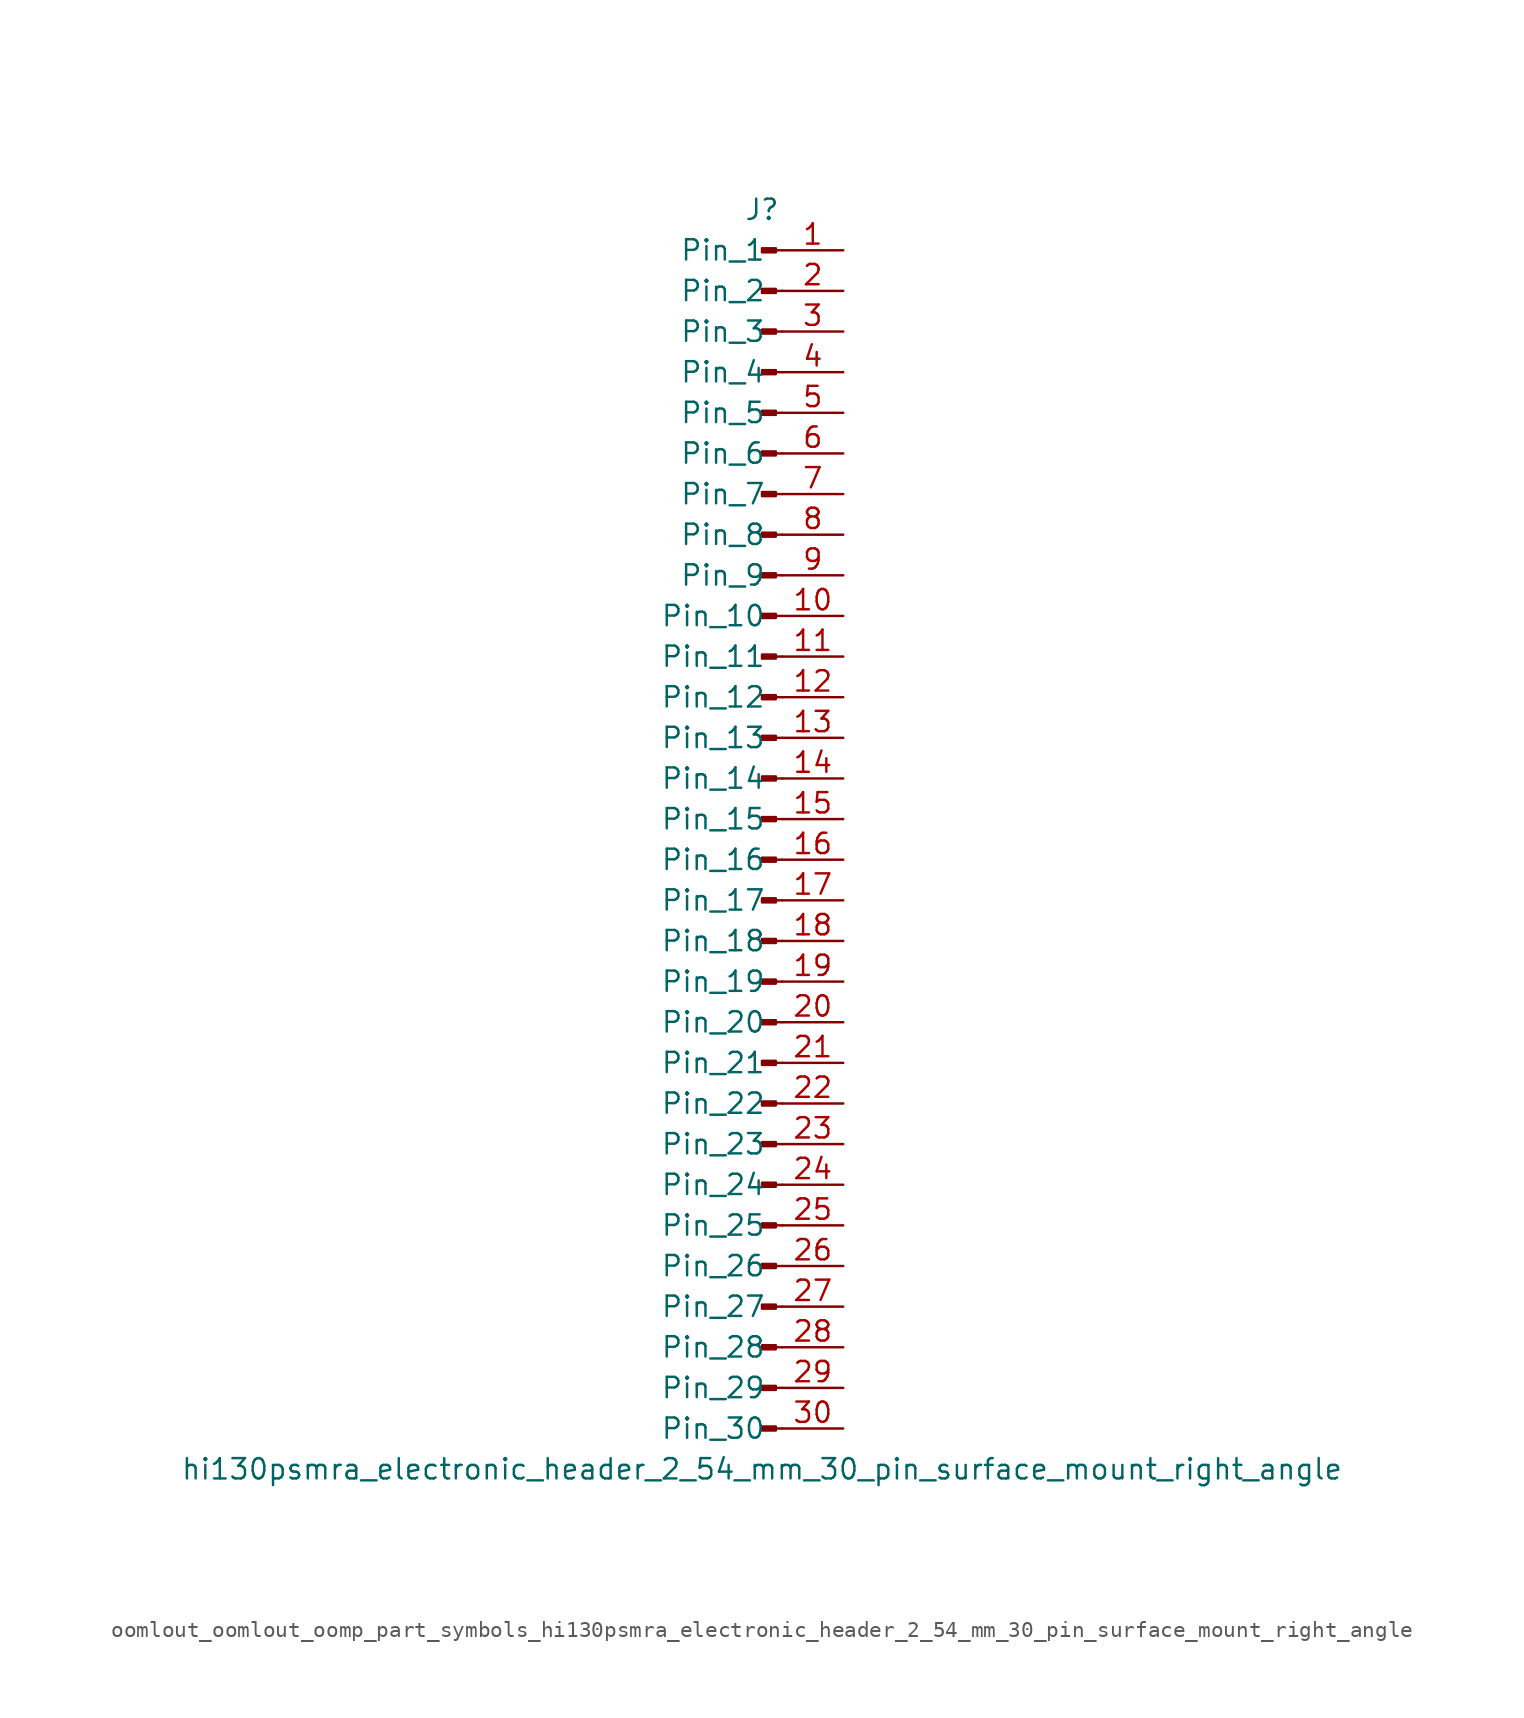
<source format=kicad_sym>
(kicad_symbol_lib
  (version 20220914)
  (generator kicad_symbol_editor)
  (symbol "oomlout_oomlout_oomp_part_symbols_hi130psmra_electronic_header_2_54_mm_30_pin_surface_mount_right_angle"
    (pin_names
      (offset 1.016))
    (property "Reference" "J"
      (at 0 38.1 0)
      (effects (font (size 1.27 1.27))))
    (property "Value" "hi130psmra_electronic_header_2_54_mm_30_pin_surface_mount_right_angle"
      (at 0 -40.64 0)
      (effects (font (size 1.27 1.27))))
    (property "ki_locked" ""
      (at 0 0 0)
      (effects (font (size 1.27 1.27))))
    (symbol "oomlout_oomlout_oomp_part_symbols_hi130psmra_electronic_header_2_54_mm_30_pin_surface_mount_right_angle_1_1"
      (polyline (pts (xy 1.27 -38.1) (xy 0.864 -38.1)) (stroke (width 0.152) (type default)) (fill (type none)))
      (polyline (pts (xy 1.27 -35.56) (xy 0.864 -35.56)) (stroke (width 0.152) (type default)) (fill (type none)))
      (polyline (pts (xy 1.27 -33.02) (xy 0.864 -33.02)) (stroke (width 0.152) (type default)) (fill (type none)))
      (polyline (pts (xy 1.27 -30.48) (xy 0.864 -30.48)) (stroke (width 0.152) (type default)) (fill (type none)))
      (polyline (pts (xy 1.27 -27.94) (xy 0.864 -27.94)) (stroke (width 0.152) (type default)) (fill (type none)))
      (polyline (pts (xy 1.27 -25.4) (xy 0.864 -25.4)) (stroke (width 0.152) (type default)) (fill (type none)))
      (polyline (pts (xy 1.27 -22.86) (xy 0.864 -22.86)) (stroke (width 0.152) (type default)) (fill (type none)))
      (polyline (pts (xy 1.27 -20.32) (xy 0.864 -20.32)) (stroke (width 0.152) (type default)) (fill (type none)))
      (polyline (pts (xy 1.27 -17.78) (xy 0.864 -17.78)) (stroke (width 0.152) (type default)) (fill (type none)))
      (polyline (pts (xy 1.27 -15.24) (xy 0.864 -15.24)) (stroke (width 0.152) (type default)) (fill (type none)))
      (polyline (pts (xy 1.27 -12.7) (xy 0.864 -12.7)) (stroke (width 0.152) (type default)) (fill (type none)))
      (polyline (pts (xy 1.27 -10.16) (xy 0.864 -10.16)) (stroke (width 0.152) (type default)) (fill (type none)))
      (polyline (pts (xy 1.27 -7.62) (xy 0.864 -7.62)) (stroke (width 0.152) (type default)) (fill (type none)))
      (polyline (pts (xy 1.27 -5.08) (xy 0.864 -5.08)) (stroke (width 0.152) (type default)) (fill (type none)))
      (polyline (pts (xy 1.27 -2.54) (xy 0.864 -2.54)) (stroke (width 0.152) (type default)) (fill (type none)))
      (polyline (pts (xy 1.27 0) (xy 0.864 0)) (stroke (width 0.152) (type default)) (fill (type none)))
      (polyline (pts (xy 1.27 2.54) (xy 0.864 2.54)) (stroke (width 0.152) (type default)) (fill (type none)))
      (polyline (pts (xy 1.27 5.08) (xy 0.864 5.08)) (stroke (width 0.152) (type default)) (fill (type none)))
      (polyline (pts (xy 1.27 7.62) (xy 0.864 7.62)) (stroke (width 0.152) (type default)) (fill (type none)))
      (polyline (pts (xy 1.27 10.16) (xy 0.864 10.16)) (stroke (width 0.152) (type default)) (fill (type none)))
      (polyline (pts (xy 1.27 12.7) (xy 0.864 12.7)) (stroke (width 0.152) (type default)) (fill (type none)))
      (polyline (pts (xy 1.27 15.24) (xy 0.864 15.24)) (stroke (width 0.152) (type default)) (fill (type none)))
      (polyline (pts (xy 1.27 17.78) (xy 0.864 17.78)) (stroke (width 0.152) (type default)) (fill (type none)))
      (polyline (pts (xy 1.27 20.32) (xy 0.864 20.32)) (stroke (width 0.152) (type default)) (fill (type none)))
      (polyline (pts (xy 1.27 22.86) (xy 0.864 22.86)) (stroke (width 0.152) (type default)) (fill (type none)))
      (polyline (pts (xy 1.27 25.4) (xy 0.864 25.4)) (stroke (width 0.152) (type default)) (fill (type none)))
      (polyline (pts (xy 1.27 27.94) (xy 0.864 27.94)) (stroke (width 0.152) (type default)) (fill (type none)))
      (polyline (pts (xy 1.27 30.48) (xy 0.864 30.48)) (stroke (width 0.152) (type default)) (fill (type none)))
      (polyline (pts (xy 1.27 33.02) (xy 0.864 33.02)) (stroke (width 0.152) (type default)) (fill (type none)))
      (polyline (pts (xy 1.27 35.56) (xy 0.864 35.56)) (stroke (width 0.152) (type default)) (fill (type none)))
      (rectangle (start 0.864 -37.973) (end 0 -38.227) (stroke (width 0.152) (type default)) (fill (type outline)))
      (rectangle (start 0.864 -35.433) (end 0 -35.687) (stroke (width 0.152) (type default)) (fill (type outline)))
      (rectangle (start 0.864 -32.893) (end 0 -33.147) (stroke (width 0.152) (type default)) (fill (type outline)))
      (rectangle (start 0.864 -30.353) (end 0 -30.607) (stroke (width 0.152) (type default)) (fill (type outline)))
      (rectangle (start 0.864 -27.813) (end 0 -28.067) (stroke (width 0.152) (type default)) (fill (type outline)))
      (rectangle (start 0.864 -25.273) (end 0 -25.527) (stroke (width 0.152) (type default)) (fill (type outline)))
      (rectangle (start 0.864 -22.733) (end 0 -22.987) (stroke (width 0.152) (type default)) (fill (type outline)))
      (rectangle (start 0.864 -20.193) (end 0 -20.447) (stroke (width 0.152) (type default)) (fill (type outline)))
      (rectangle (start 0.864 -17.653) (end 0 -17.907) (stroke (width 0.152) (type default)) (fill (type outline)))
      (rectangle (start 0.864 -15.113) (end 0 -15.367) (stroke (width 0.152) (type default)) (fill (type outline)))
      (rectangle (start 0.864 -12.573) (end 0 -12.827) (stroke (width 0.152) (type default)) (fill (type outline)))
      (rectangle (start 0.864 -10.033) (end 0 -10.287) (stroke (width 0.152) (type default)) (fill (type outline)))
      (rectangle (start 0.864 -7.493) (end 0 -7.747) (stroke (width 0.152) (type default)) (fill (type outline)))
      (rectangle (start 0.864 -4.953) (end 0 -5.207) (stroke (width 0.152) (type default)) (fill (type outline)))
      (rectangle (start 0.864 -2.413) (end 0 -2.667) (stroke (width 0.152) (type default)) (fill (type outline)))
      (rectangle (start 0.864 0.127) (end 0 -0.127) (stroke (width 0.152) (type default)) (fill (type outline)))
      (rectangle (start 0.864 2.667) (end 0 2.413) (stroke (width 0.152) (type default)) (fill (type outline)))
      (rectangle (start 0.864 5.207) (end 0 4.953) (stroke (width 0.152) (type default)) (fill (type outline)))
      (rectangle (start 0.864 7.747) (end 0 7.493) (stroke (width 0.152) (type default)) (fill (type outline)))
      (rectangle (start 0.864 10.287) (end 0 10.033) (stroke (width 0.152) (type default)) (fill (type outline)))
      (rectangle (start 0.864 12.827) (end 0 12.573) (stroke (width 0.152) (type default)) (fill (type outline)))
      (rectangle (start 0.864 15.367) (end 0 15.113) (stroke (width 0.152) (type default)) (fill (type outline)))
      (rectangle (start 0.864 17.907) (end 0 17.653) (stroke (width 0.152) (type default)) (fill (type outline)))
      (rectangle (start 0.864 20.447) (end 0 20.193) (stroke (width 0.152) (type default)) (fill (type outline)))
      (rectangle (start 0.864 22.987) (end 0 22.733) (stroke (width 0.152) (type default)) (fill (type outline)))
      (rectangle (start 0.864 25.527) (end 0 25.273) (stroke (width 0.152) (type default)) (fill (type outline)))
      (rectangle (start 0.864 28.067) (end 0 27.813) (stroke (width 0.152) (type default)) (fill (type outline)))
      (rectangle (start 0.864 30.607) (end 0 30.353) (stroke (width 0.152) (type default)) (fill (type outline)))
      (rectangle (start 0.864 33.147) (end 0 32.893) (stroke (width 0.152) (type default)) (fill (type outline)))
      (rectangle (start 0.864 35.687) (end 0 35.433) (stroke (width 0.152) (type default)) (fill (type outline)))
      (pin passive line (at 5.08 35.56 180) (length 3.81) (name "Pin_1" (effects (font (size 1.27 1.27)))) (number "1" (effects (font (size 1.27 1.27)))))
      (pin passive line (at 5.08 12.7 180) (length 3.81) (name "Pin_10" (effects (font (size 1.27 1.27)))) (number "10" (effects (font (size 1.27 1.27)))))
      (pin passive line (at 5.08 10.16 180) (length 3.81) (name "Pin_11" (effects (font (size 1.27 1.27)))) (number "11" (effects (font (size 1.27 1.27)))))
      (pin passive line (at 5.08 7.62 180) (length 3.81) (name "Pin_12" (effects (font (size 1.27 1.27)))) (number "12" (effects (font (size 1.27 1.27)))))
      (pin passive line (at 5.08 5.08 180) (length 3.81) (name "Pin_13" (effects (font (size 1.27 1.27)))) (number "13" (effects (font (size 1.27 1.27)))))
      (pin passive line (at 5.08 2.54 180) (length 3.81) (name "Pin_14" (effects (font (size 1.27 1.27)))) (number "14" (effects (font (size 1.27 1.27)))))
      (pin passive line (at 5.08 0 180) (length 3.81) (name "Pin_15" (effects (font (size 1.27 1.27)))) (number "15" (effects (font (size 1.27 1.27)))))
      (pin passive line (at 5.08 -2.54 180) (length 3.81) (name "Pin_16" (effects (font (size 1.27 1.27)))) (number "16" (effects (font (size 1.27 1.27)))))
      (pin passive line (at 5.08 -5.08 180) (length 3.81) (name "Pin_17" (effects (font (size 1.27 1.27)))) (number "17" (effects (font (size 1.27 1.27)))))
      (pin passive line (at 5.08 -7.62 180) (length 3.81) (name "Pin_18" (effects (font (size 1.27 1.27)))) (number "18" (effects (font (size 1.27 1.27)))))
      (pin passive line (at 5.08 -10.16 180) (length 3.81) (name "Pin_19" (effects (font (size 1.27 1.27)))) (number "19" (effects (font (size 1.27 1.27)))))
      (pin passive line (at 5.08 33.02 180) (length 3.81) (name "Pin_2" (effects (font (size 1.27 1.27)))) (number "2" (effects (font (size 1.27 1.27)))))
      (pin passive line (at 5.08 -12.7 180) (length 3.81) (name "Pin_20" (effects (font (size 1.27 1.27)))) (number "20" (effects (font (size 1.27 1.27)))))
      (pin passive line (at 5.08 -15.24 180) (length 3.81) (name "Pin_21" (effects (font (size 1.27 1.27)))) (number "21" (effects (font (size 1.27 1.27)))))
      (pin passive line (at 5.08 -17.78 180) (length 3.81) (name "Pin_22" (effects (font (size 1.27 1.27)))) (number "22" (effects (font (size 1.27 1.27)))))
      (pin passive line (at 5.08 -20.32 180) (length 3.81) (name "Pin_23" (effects (font (size 1.27 1.27)))) (number "23" (effects (font (size 1.27 1.27)))))
      (pin passive line (at 5.08 -22.86 180) (length 3.81) (name "Pin_24" (effects (font (size 1.27 1.27)))) (number "24" (effects (font (size 1.27 1.27)))))
      (pin passive line (at 5.08 -25.4 180) (length 3.81) (name "Pin_25" (effects (font (size 1.27 1.27)))) (number "25" (effects (font (size 1.27 1.27)))))
      (pin passive line (at 5.08 -27.94 180) (length 3.81) (name "Pin_26" (effects (font (size 1.27 1.27)))) (number "26" (effects (font (size 1.27 1.27)))))
      (pin passive line (at 5.08 -30.48 180) (length 3.81) (name "Pin_27" (effects (font (size 1.27 1.27)))) (number "27" (effects (font (size 1.27 1.27)))))
      (pin passive line (at 5.08 -33.02 180) (length 3.81) (name "Pin_28" (effects (font (size 1.27 1.27)))) (number "28" (effects (font (size 1.27 1.27)))))
      (pin passive line (at 5.08 -35.56 180) (length 3.81) (name "Pin_29" (effects (font (size 1.27 1.27)))) (number "29" (effects (font (size 1.27 1.27)))))
      (pin passive line (at 5.08 30.48 180) (length 3.81) (name "Pin_3" (effects (font (size 1.27 1.27)))) (number "3" (effects (font (size 1.27 1.27)))))
      (pin passive line (at 5.08 -38.1 180) (length 3.81) (name "Pin_30" (effects (font (size 1.27 1.27)))) (number "30" (effects (font (size 1.27 1.27)))))
      (pin passive line (at 5.08 27.94 180) (length 3.81) (name "Pin_4" (effects (font (size 1.27 1.27)))) (number "4" (effects (font (size 1.27 1.27)))))
      (pin passive line (at 5.08 25.4 180) (length 3.81) (name "Pin_5" (effects (font (size 1.27 1.27)))) (number "5" (effects (font (size 1.27 1.27)))))
      (pin passive line (at 5.08 22.86 180) (length 3.81) (name "Pin_6" (effects (font (size 1.27 1.27)))) (number "6" (effects (font (size 1.27 1.27)))))
      (pin passive line (at 5.08 20.32 180) (length 3.81) (name "Pin_7" (effects (font (size 1.27 1.27)))) (number "7" (effects (font (size 1.27 1.27)))))
      (pin passive line (at 5.08 17.78 180) (length 3.81) (name "Pin_8" (effects (font (size 1.27 1.27)))) (number "8" (effects (font (size 1.27 1.27)))))
      (pin passive line (at 5.08 15.24 180) (length 3.81) (name "Pin_9" (effects (font (size 1.27 1.27)))) (number "9" (effects (font (size 1.27 1.27))))))))
</source>
